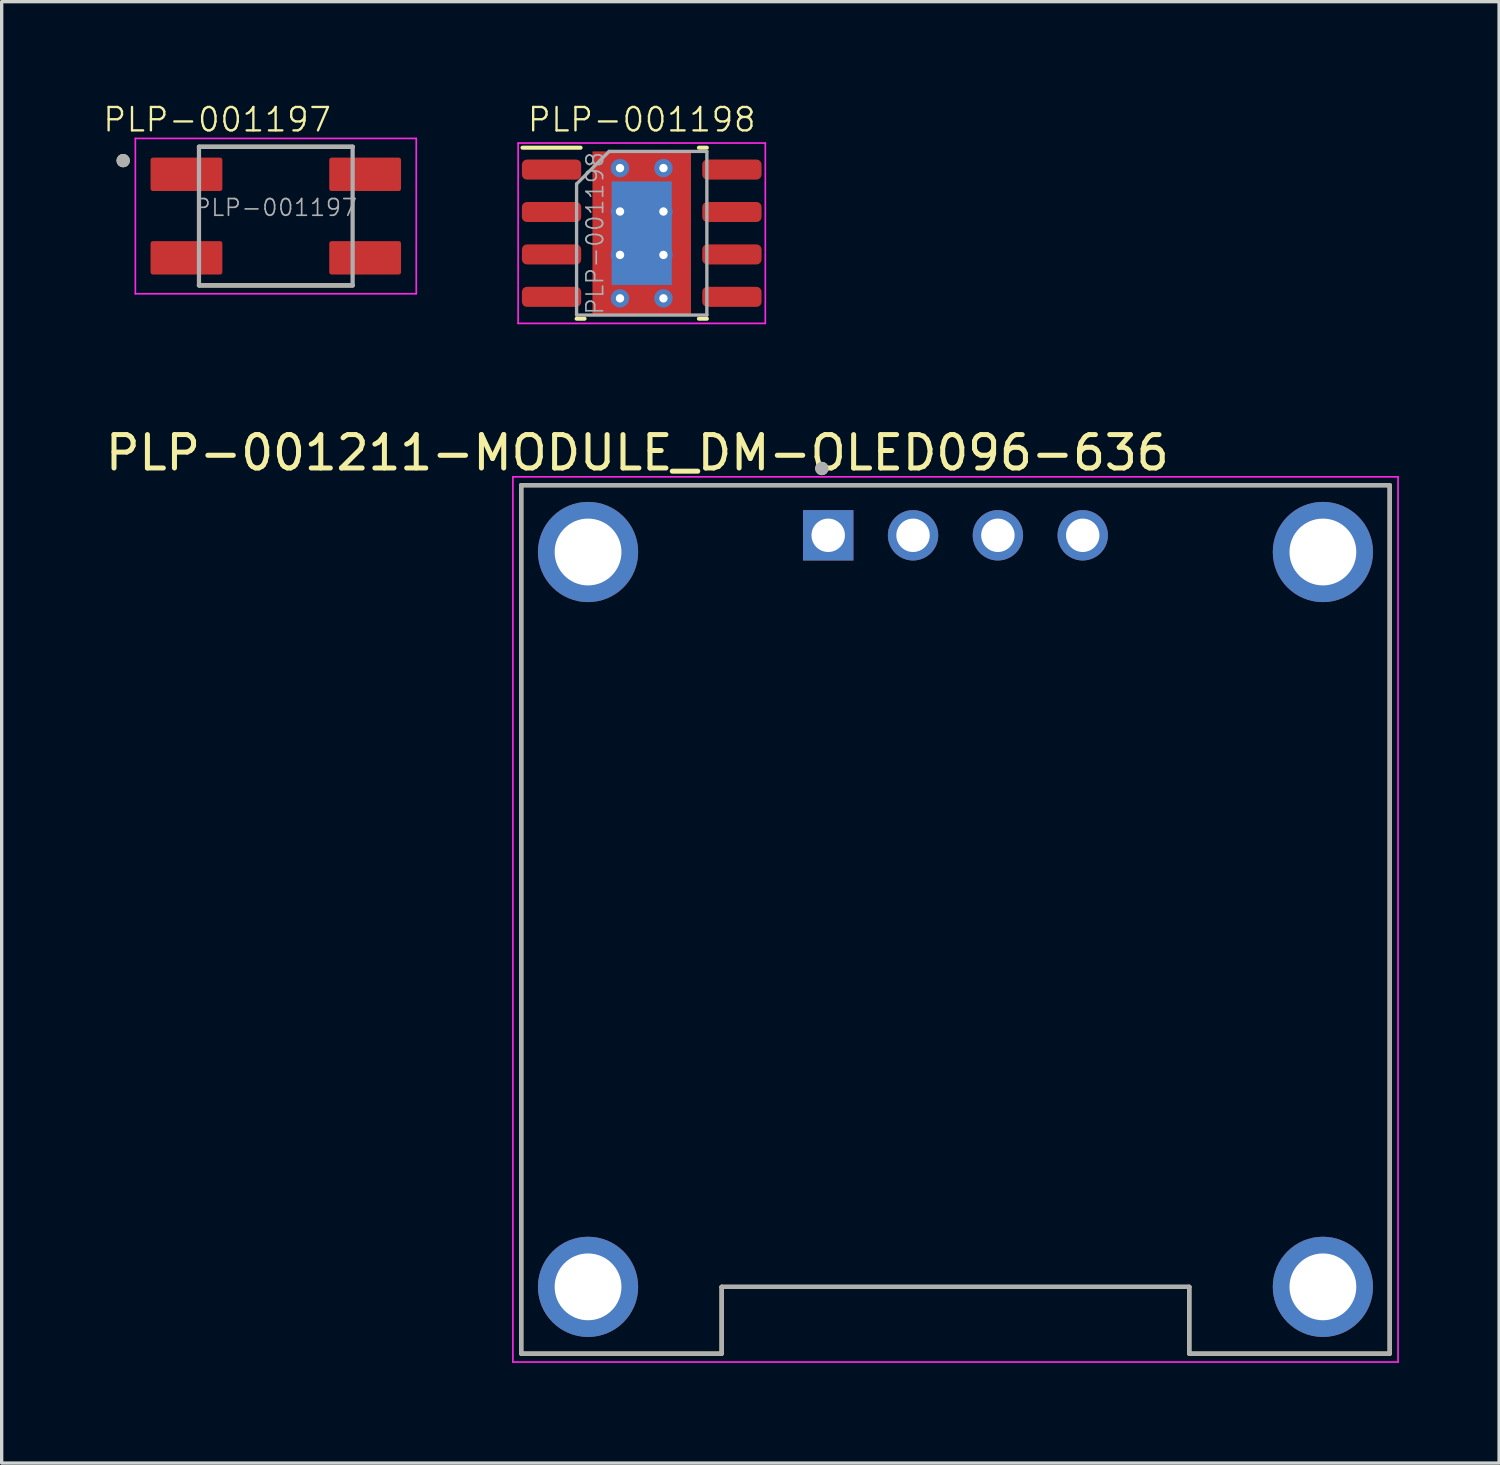
<source format=kicad_pcb>
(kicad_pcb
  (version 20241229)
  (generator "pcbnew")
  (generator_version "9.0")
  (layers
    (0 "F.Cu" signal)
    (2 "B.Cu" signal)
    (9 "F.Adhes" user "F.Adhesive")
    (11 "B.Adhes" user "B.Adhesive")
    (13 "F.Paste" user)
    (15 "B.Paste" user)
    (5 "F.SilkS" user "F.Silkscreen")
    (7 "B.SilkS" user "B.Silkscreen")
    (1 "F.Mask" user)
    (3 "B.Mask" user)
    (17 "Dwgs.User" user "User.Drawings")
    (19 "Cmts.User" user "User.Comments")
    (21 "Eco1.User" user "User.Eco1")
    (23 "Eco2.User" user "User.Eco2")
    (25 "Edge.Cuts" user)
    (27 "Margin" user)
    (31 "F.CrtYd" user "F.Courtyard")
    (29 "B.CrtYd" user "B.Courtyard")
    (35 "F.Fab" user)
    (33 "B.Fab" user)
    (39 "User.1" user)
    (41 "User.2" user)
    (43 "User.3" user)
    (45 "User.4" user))
  (footprint "PLP-001211-MODULE_DM-OLED096-636"
    (layer "F.Cu")
    (at 25.555 24.476)
    (property "Reference" "PLP-001211-MODULE_DM-OLED096-636" (at -9.525 -13.97 0) (layer "F.SilkS") (effects (font (size 1 1) (thickness 0.15))))
    (attr through_hole)
    (fp_line (start -13 -13) (end 13 -13) (stroke (width 0.127) (type solid)) (layer "F.SilkS"))
    (fp_line (start -13 13) (end -13 -13) (stroke (width 0.127) (type solid)) (layer "F.SilkS"))
    (fp_line (start -7 11) (end -7 13) (stroke (width 0.127) (type solid)) (layer "F.SilkS"))
    (fp_line (start -7 13) (end -13 13) (stroke (width 0.127) (type solid)) (layer "F.SilkS"))
    (fp_line (start 7 11) (end -7 11) (stroke (width 0.127) (type solid)) (layer "F.SilkS"))
    (fp_line (start 7 13) (end 7 11) (stroke (width 0.127) (type solid)) (layer "F.SilkS"))
    (fp_line (start 13 -13) (end 13 13) (stroke (width 0.127) (type solid)) (layer "F.SilkS"))
    (fp_line (start 13 13) (end 7 13) (stroke (width 0.127) (type solid)) (layer "F.SilkS"))
    (fp_circle (center -4 -13.5) (end -3.9 -13.5) (stroke (width 0.2) (type solid)) (fill no) (layer "F.SilkS"))
    (fp_line (start -13.25 -13.25) (end 13.25 -13.25) (stroke (width 0.05) (type solid)) (layer "F.CrtYd"))
    (fp_line (start -13.25 13.25) (end -13.25 -13.25) (stroke (width 0.05) (type solid)) (layer "F.CrtYd"))
    (fp_line (start 13.25 -13.25) (end 13.25 13.25) (stroke (width 0.05) (type solid)) (layer "F.CrtYd"))
    (fp_line (start 13.25 13.25) (end -13.25 13.25) (stroke (width 0.05) (type solid)) (layer "F.CrtYd"))
    (fp_line (start -13 -13) (end 13 -13) (stroke (width 0.127) (type solid)) (layer "F.Fab"))
    (fp_line (start -13 13) (end -13 -13) (stroke (width 0.127) (type solid)) (layer "F.Fab"))
    (fp_line (start -7 11) (end 7 11) (stroke (width 0.127) (type solid)) (layer "F.Fab"))
    (fp_line (start -7 13) (end -13 13) (stroke (width 0.127) (type solid)) (layer "F.Fab"))
    (fp_line (start -7 13) (end -7 11) (stroke (width 0.127) (type solid)) (layer "F.Fab"))
    (fp_line (start 7 11) (end 7 13) (stroke (width 0.127) (type solid)) (layer "F.Fab"))
    (fp_line (start 13 -13) (end 13 13) (stroke (width 0.127) (type solid)) (layer "F.Fab"))
    (fp_line (start 13 13) (end 7 13) (stroke (width 0.127) (type solid)) (layer "F.Fab"))
    (fp_circle (center -4 -13.5) (end -3.9 -13.5) (stroke (width 0.2) (type solid)) (fill no) (layer "F.Fab"))
    (pad "1" thru_hole rect (at -3.81 -11.5) (size 1.508 1.508) (drill 1) (layers "*.Cu" "*.Mask"))
    (pad "2" thru_hole circle (at -1.27 -11.5) (size 1.508 1.508) (drill 1) (layers "*.Cu" "*.Mask"))
    (pad "3" thru_hole circle (at 1.27 -11.5) (size 1.508 1.508) (drill 1) (layers "*.Cu" "*.Mask"))
    (pad "4" thru_hole circle (at 3.81 -11.5) (size 1.508 1.508) (drill 1) (layers "*.Cu" "*.Mask"))
    (pad "S1" thru_hole circle (at -11 -11) (size 3 3) (drill 2) (layers "*.Cu" "*.Mask"))
    (pad "S2" thru_hole circle (at 11 -11) (size 3 3) (drill 2) (layers "*.Cu" "*.Mask"))
    (pad "S3" thru_hole circle (at 11 11) (size 3 3) (drill 2) (layers "*.Cu" "*.Mask"))
    (pad "S4" thru_hole circle (at -11 11) (size 3 3) (drill 2) (layers "*.Cu" "*.Mask")))
  (footprint "PLP-001197"
    (layer "F.Cu")
    (at 5.207 3.419)
    (property "Reference" "PLP-001197" (at -1.755 -2.887 0) (layer "F.SilkS") (effects (font (size 0.7 0.7) (thickness 0.07))))
    (attr smd)
    (fp_line (start -2.3 -2.075) (end 2.3 -2.075) (stroke (width 0.127) (type solid)) (layer "F.SilkS"))
    (fp_line (start -2.3 2.075) (end 2.3 2.075) (stroke (width 0.127) (type solid)) (layer "F.SilkS"))
    (fp_circle (center -4.57 -1.66) (end -4.47 -1.66) (stroke (width 0.2) (type solid)) (fill no) (layer "F.SilkS"))
    (fp_line (start -4.205 -2.325) (end -4.205 2.325) (stroke (width 0.05) (type solid)) (layer "F.CrtYd"))
    (fp_line (start -4.205 -2.325) (end 4.205 -2.325) (stroke (width 0.05) (type solid)) (layer "F.CrtYd"))
    (fp_line (start -4.205 2.325) (end 4.205 2.325) (stroke (width 0.05) (type solid)) (layer "F.CrtYd"))
    (fp_line (start 4.205 -2.325) (end 4.205 2.325) (stroke (width 0.05) (type solid)) (layer "F.CrtYd"))
    (fp_line (start -2.3 -2.075) (end -2.3 2.075) (stroke (width 0.127) (type solid)) (layer "F.Fab"))
    (fp_line (start -2.3 -2.075) (end 2.3 -2.075) (stroke (width 0.127) (type solid)) (layer "F.Fab"))
    (fp_line (start -2.3 2.075) (end 2.3 2.075) (stroke (width 0.127) (type solid)) (layer "F.Fab"))
    (fp_line (start 2.3 -2.075) (end 2.3 2.075) (stroke (width 0.127) (type solid)) (layer "F.Fab"))
    (fp_circle (center -4.57 -1.66) (end -4.47 -1.66) (stroke (width 0.2) (type solid)) (fill no) (layer "F.Fab"))
    (fp_text user "${REFERENCE}" (at 0 -0.254 0) (layer "F.Fab") (effects (font (size 0.5 0.5) (thickness 0.05))))
    (pad "1" smd roundrect (at -2.675 -1.25) (size 2.15 1) (layers "F.Cu" "F.Mask" "F.Paste") (roundrect_rratio 0.07))
    (pad "2" smd roundrect (at -2.675 1.25) (size 2.15 1) (layers "F.Cu" "F.Mask" "F.Paste") (roundrect_rratio 0.07))
    (pad "3" smd roundrect (at 2.675 1.25) (size 2.15 1) (layers "F.Cu" "F.Mask" "F.Paste") (roundrect_rratio 0.07))
    (pad "4" smd roundrect (at 2.675 -1.25) (size 2.15 1) (layers "F.Cu" "F.Mask" "F.Paste") (roundrect_rratio 0.07)))
  (footprint "PLP-001198"
    (layer "F.Cu")
    (at 16.162 3.932)
    (property "Reference" "PLP-001198" (at 0 -3.4 0) (layer "F.SilkS") (effects (font (size 0.7 0.7) (thickness 0.07))))
    (attr smd)
    (fp_line (start -1.83 -2.56) (end -3.57 -2.56) (stroke (width 0.12) (type solid)) (layer "F.SilkS"))
    (fp_line (start -1.711 2.56) (end -1.95 2.56) (stroke (width 0.12) (type solid)) (layer "F.SilkS"))
    (fp_line (start 1.711 -2.56) (end 1.95 -2.56) (stroke (width 0.12) (type solid)) (layer "F.SilkS"))
    (fp_line (start 1.711 2.56) (end 1.95 2.56) (stroke (width 0.12) (type solid)) (layer "F.SilkS"))
    (fp_line (start -3.7 -2.7) (end -3.7 2.7) (stroke (width 0.05) (type solid)) (layer "F.CrtYd"))
    (fp_line (start -3.7 2.7) (end 3.7 2.7) (stroke (width 0.05) (type solid)) (layer "F.CrtYd"))
    (fp_line (start 3.7 -2.7) (end -3.7 -2.7) (stroke (width 0.05) (type solid)) (layer "F.CrtYd"))
    (fp_line (start 3.7 2.7) (end 3.7 -2.7) (stroke (width 0.05) (type solid)) (layer "F.CrtYd"))
    (fp_line (start -1.95 -1.475) (end -0.975 -2.45) (stroke (width 0.1) (type solid)) (layer "F.Fab"))
    (fp_line (start -1.95 2.45) (end -1.95 -1.475) (stroke (width 0.1) (type solid)) (layer "F.Fab"))
    (fp_line (start -0.975 -2.45) (end 1.95 -2.45) (stroke (width 0.1) (type solid)) (layer "F.Fab"))
    (fp_line (start 1.95 -2.45) (end 1.95 2.45) (stroke (width 0.1) (type solid)) (layer "F.Fab"))
    (fp_line (start 1.95 2.45) (end -1.95 2.45) (stroke (width 0.1) (type solid)) (layer "F.Fab"))
    (fp_text user "${REFERENCE}" (at -1.4 0 90) (layer "F.Fab") (effects (font (size 0.5 0.5) (thickness 0.05))))
    (pad "" smd roundrect (at -0.6 -1.03) (size 1.04 0.89) (layers "F.Paste") (roundrect_rratio 0.25))
    (pad "" smd roundrect (at -0.6 0) (size 1.04 0.89) (layers "F.Paste") (roundrect_rratio 0.25))
    (pad "" smd roundrect (at -0.6 1.03) (size 1.04 0.89) (layers "F.Paste") (roundrect_rratio 0.25))
    (pad "" smd rect (at 0 0) (size 2.4 3.1) (layers "F.Mask"))
    (pad "" smd roundrect (at 0.6 -1.03) (size 1.04 0.89) (layers "F.Paste") (roundrect_rratio 0.25))
    (pad "" smd roundrect (at 0.6 0) (size 1.04 0.89) (layers "F.Paste") (roundrect_rratio 0.25))
    (pad "" smd roundrect (at 0.6 1.03) (size 1.04 0.89) (layers "F.Paste") (roundrect_rratio 0.25))
    (pad "1" smd roundrect (at -2.7 -1.905) (size 1.775 0.6) (layers "F.Cu" "F.Mask" "F.Paste") (roundrect_rratio 0.25))
    (pad "2" smd roundrect (at -2.7 -0.635) (size 1.775 0.6) (layers "F.Cu" "F.Mask" "F.Paste") (roundrect_rratio 0.25))
    (pad "3" smd roundrect (at -2.7 0.635) (size 1.775 0.6) (layers "F.Cu" "F.Mask" "F.Paste") (roundrect_rratio 0.25))
    (pad "4" smd roundrect (at -2.7 1.905) (size 1.775 0.6) (layers "F.Cu" "F.Mask" "F.Paste") (roundrect_rratio 0.25))
    (pad "5" smd roundrect (at 2.7 1.905) (size 1.775 0.6) (layers "F.Cu" "F.Mask" "F.Paste") (roundrect_rratio 0.25))
    (pad "6" smd roundrect (at 2.7 0.635) (size 1.775 0.6) (layers "F.Cu" "F.Mask" "F.Paste") (roundrect_rratio 0.25))
    (pad "7" smd roundrect (at 2.7 -0.635) (size 1.775 0.6) (layers "F.Cu" "F.Mask" "F.Paste") (roundrect_rratio 0.25))
    (pad "8" smd roundrect (at 2.7 -1.905) (size 1.775 0.6) (layers "F.Cu" "F.Mask" "F.Paste") (roundrect_rratio 0.25))
    (pad "9" thru_hole circle (at -0.65 -1.95) (size 0.55 0.55) (drill 0.25) (layers "*.Cu"))
    (pad "9" thru_hole circle (at -0.65 -0.65) (size 0.55 0.55) (drill 0.25) (layers "*.Cu"))
    (pad "9" thru_hole circle (at -0.65 0.65) (size 0.55 0.55) (drill 0.25) (layers "*.Cu"))
    (pad "9" thru_hole circle (at -0.65 1.95) (size 0.55 0.55) (drill 0.25) (layers "*.Cu"))
    (pad "9" smd rect (at 0 0) (size 1.8 3.1) (layers "B.Cu"))
    (pad "9" smd rect (at 0 0) (size 2.95 4.9) (layers "F.Cu"))
    (pad "9" thru_hole circle (at 0.65 -1.95) (size 0.55 0.55) (drill 0.25) (layers "*.Cu"))
    (pad "9" thru_hole circle (at 0.65 -0.65) (size 0.55 0.55) (drill 0.25) (layers "*.Cu"))
    (pad "9" thru_hole circle (at 0.65 0.65) (size 0.55 0.55) (drill 0.25) (layers "*.Cu"))
    (pad "9" thru_hole circle (at 0.65 1.95) (size 0.55 0.55) (drill 0.25) (layers "*.Cu")))
  (gr_rect
    (start -3 -3)
    (end 41.83 40.751)
    (stroke (width 0.1) (type default))
    (fill no)
    (layer "Edge.Cuts")))
</source>
